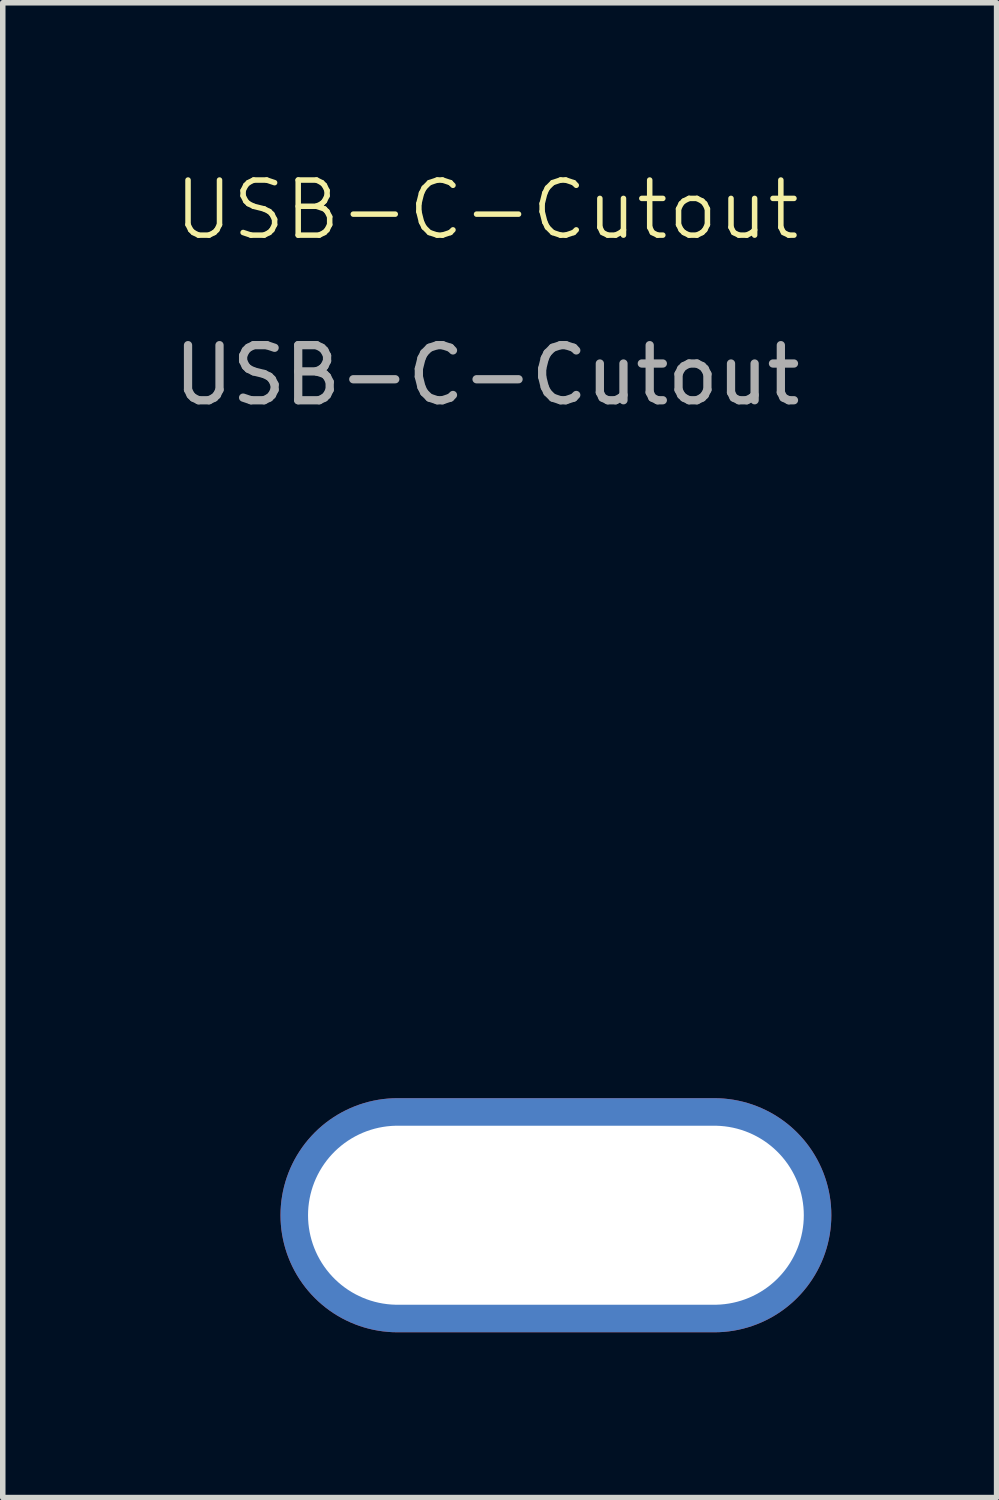
<source format=kicad_pcb>
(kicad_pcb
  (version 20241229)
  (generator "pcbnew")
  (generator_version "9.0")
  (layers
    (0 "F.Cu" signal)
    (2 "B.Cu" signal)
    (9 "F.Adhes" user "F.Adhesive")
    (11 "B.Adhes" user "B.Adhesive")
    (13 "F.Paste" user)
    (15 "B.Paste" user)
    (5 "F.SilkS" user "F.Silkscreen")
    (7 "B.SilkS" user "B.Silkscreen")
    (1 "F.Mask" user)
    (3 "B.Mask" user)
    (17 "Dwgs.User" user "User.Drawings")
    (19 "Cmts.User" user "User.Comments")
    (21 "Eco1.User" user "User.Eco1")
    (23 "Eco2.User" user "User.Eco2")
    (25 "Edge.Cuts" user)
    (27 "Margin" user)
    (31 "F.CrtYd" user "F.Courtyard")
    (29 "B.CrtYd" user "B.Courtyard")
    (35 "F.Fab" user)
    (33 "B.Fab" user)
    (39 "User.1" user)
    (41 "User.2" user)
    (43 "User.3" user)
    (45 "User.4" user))
  (footprint "USB-C-Cutout"
    (layer "F.Cu")
    (at 7.042 18.761)
    (property "Reference" "USB-C-Cutout" (at -1.25 -18 0) (unlocked yes) (layer "F.SilkS") (effects (font (size 1 1) (thickness 0.1))))
    (attr through_hole)
    (fp_text user "${REFERENCE}" (at -1.25 -15 0) (unlocked yes) (layer "F.Fab") (effects (font (size 1 1) (thickness 0.15))))
    (pad "1" thru_hole oval (at 0 0.25 90) (size 4.25 10) (drill oval 3.25 9) (layers "*.Cu" "*.Mask")))
  (gr_rect
    (start -3 -3)
    (end 15.042 24.136)
    (stroke (width 0.1) (type default))
    (fill no)
    (layer "Edge.Cuts")))
</source>
